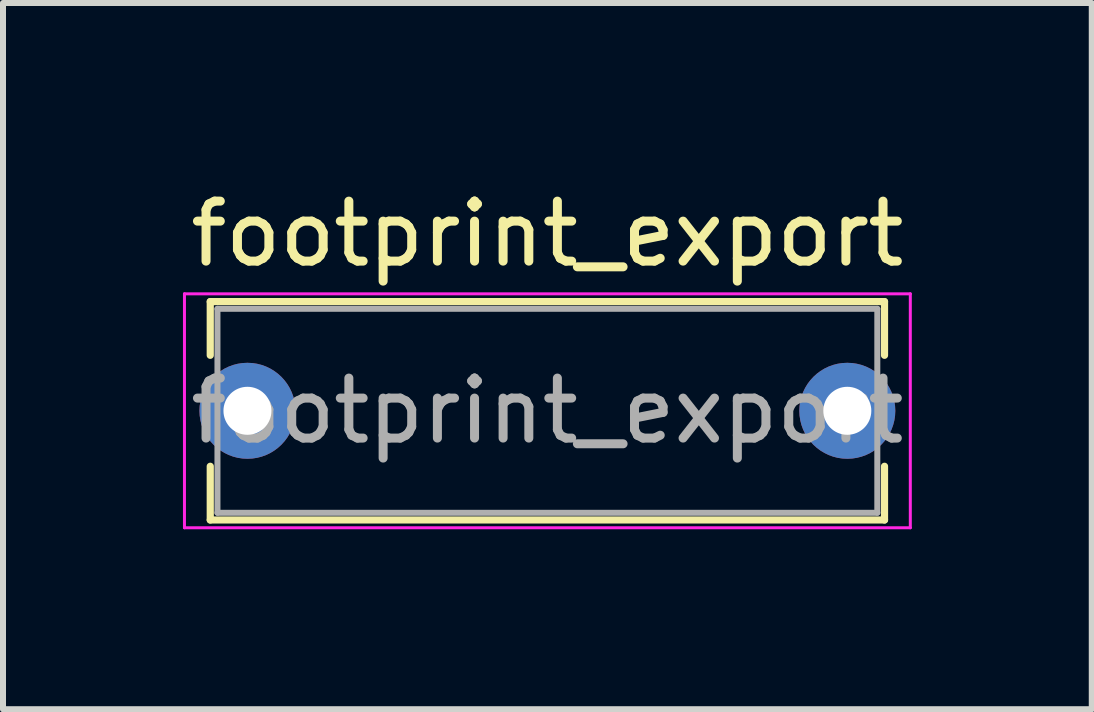
<source format=kicad_pcb>
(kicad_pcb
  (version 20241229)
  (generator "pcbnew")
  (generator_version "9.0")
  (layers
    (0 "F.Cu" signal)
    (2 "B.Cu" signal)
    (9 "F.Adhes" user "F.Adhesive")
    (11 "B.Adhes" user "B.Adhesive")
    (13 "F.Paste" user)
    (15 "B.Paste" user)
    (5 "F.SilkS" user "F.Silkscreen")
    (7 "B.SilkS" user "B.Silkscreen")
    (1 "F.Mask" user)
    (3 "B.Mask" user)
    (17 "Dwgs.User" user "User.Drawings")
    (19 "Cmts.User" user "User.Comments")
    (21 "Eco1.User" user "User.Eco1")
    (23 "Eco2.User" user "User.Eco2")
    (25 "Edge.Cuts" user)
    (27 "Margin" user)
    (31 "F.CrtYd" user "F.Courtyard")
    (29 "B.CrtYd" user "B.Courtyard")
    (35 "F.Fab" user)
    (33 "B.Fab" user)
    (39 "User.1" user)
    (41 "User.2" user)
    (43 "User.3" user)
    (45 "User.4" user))
  (footprint "footprint_export"
    (layer "F.Cu")
    (at 1.075 3.798)
    (property "Reference" "footprint_export" (at 5 -2.95 0) (layer "F.SilkS") (effects (font (size 1 1) (thickness 0.15))))
    (attr through_hole)
    (fp_line (start -0.62 -1.82) (end -0.62 -0.925) (stroke (width 0.12) (type solid)) (layer "F.SilkS"))
    (fp_line (start -0.62 -1.82) (end 10.62 -1.82) (stroke (width 0.12) (type solid)) (layer "F.SilkS"))
    (fp_line (start -0.62 0.925) (end -0.62 1.82) (stroke (width 0.12) (type solid)) (layer "F.SilkS"))
    (fp_line (start -0.62 1.82) (end 10.62 1.82) (stroke (width 0.12) (type solid)) (layer "F.SilkS"))
    (fp_line (start 10.62 -1.82) (end 10.62 -0.925) (stroke (width 0.12) (type solid)) (layer "F.SilkS"))
    (fp_line (start 10.62 0.925) (end 10.62 1.82) (stroke (width 0.12) (type solid)) (layer "F.SilkS"))
    (fp_line (start -1.05 -1.95) (end -1.05 1.95) (stroke (width 0.05) (type solid)) (layer "F.CrtYd"))
    (fp_line (start -1.05 1.95) (end 11.05 1.95) (stroke (width 0.05) (type solid)) (layer "F.CrtYd"))
    (fp_line (start 11.05 -1.95) (end -1.05 -1.95) (stroke (width 0.05) (type solid)) (layer "F.CrtYd"))
    (fp_line (start 11.05 1.95) (end 11.05 -1.95) (stroke (width 0.05) (type solid)) (layer "F.CrtYd"))
    (fp_line (start -0.5 -1.7) (end -0.5 1.7) (stroke (width 0.1) (type solid)) (layer "F.Fab"))
    (fp_line (start -0.5 1.7) (end 10.5 1.7) (stroke (width 0.1) (type solid)) (layer "F.Fab"))
    (fp_line (start 10.5 -1.7) (end -0.5 -1.7) (stroke (width 0.1) (type solid)) (layer "F.Fab"))
    (fp_line (start 10.5 1.7) (end 10.5 -1.7) (stroke (width 0.1) (type solid)) (layer "F.Fab"))
    (fp_text user "${REFERENCE}" (at 5 0 0) (layer "F.Fab") (effects (font (size 1 1) (thickness 0.15))))
    (pad "1" thru_hole circle (at 0 0) (size 1.6 1.6) (drill 0.8) (layers "*.Cu" "*.Mask"))
    (pad "2" thru_hole circle (at 10 0) (size 1.6 1.6) (drill 0.8) (layers "*.Cu" "*.Mask")))
  (gr_rect
    (start -3 -3)
    (end 15.15 8.773)
    (stroke (width 0.1) (type default))
    (fill no)
    (layer "Edge.Cuts")))
</source>
